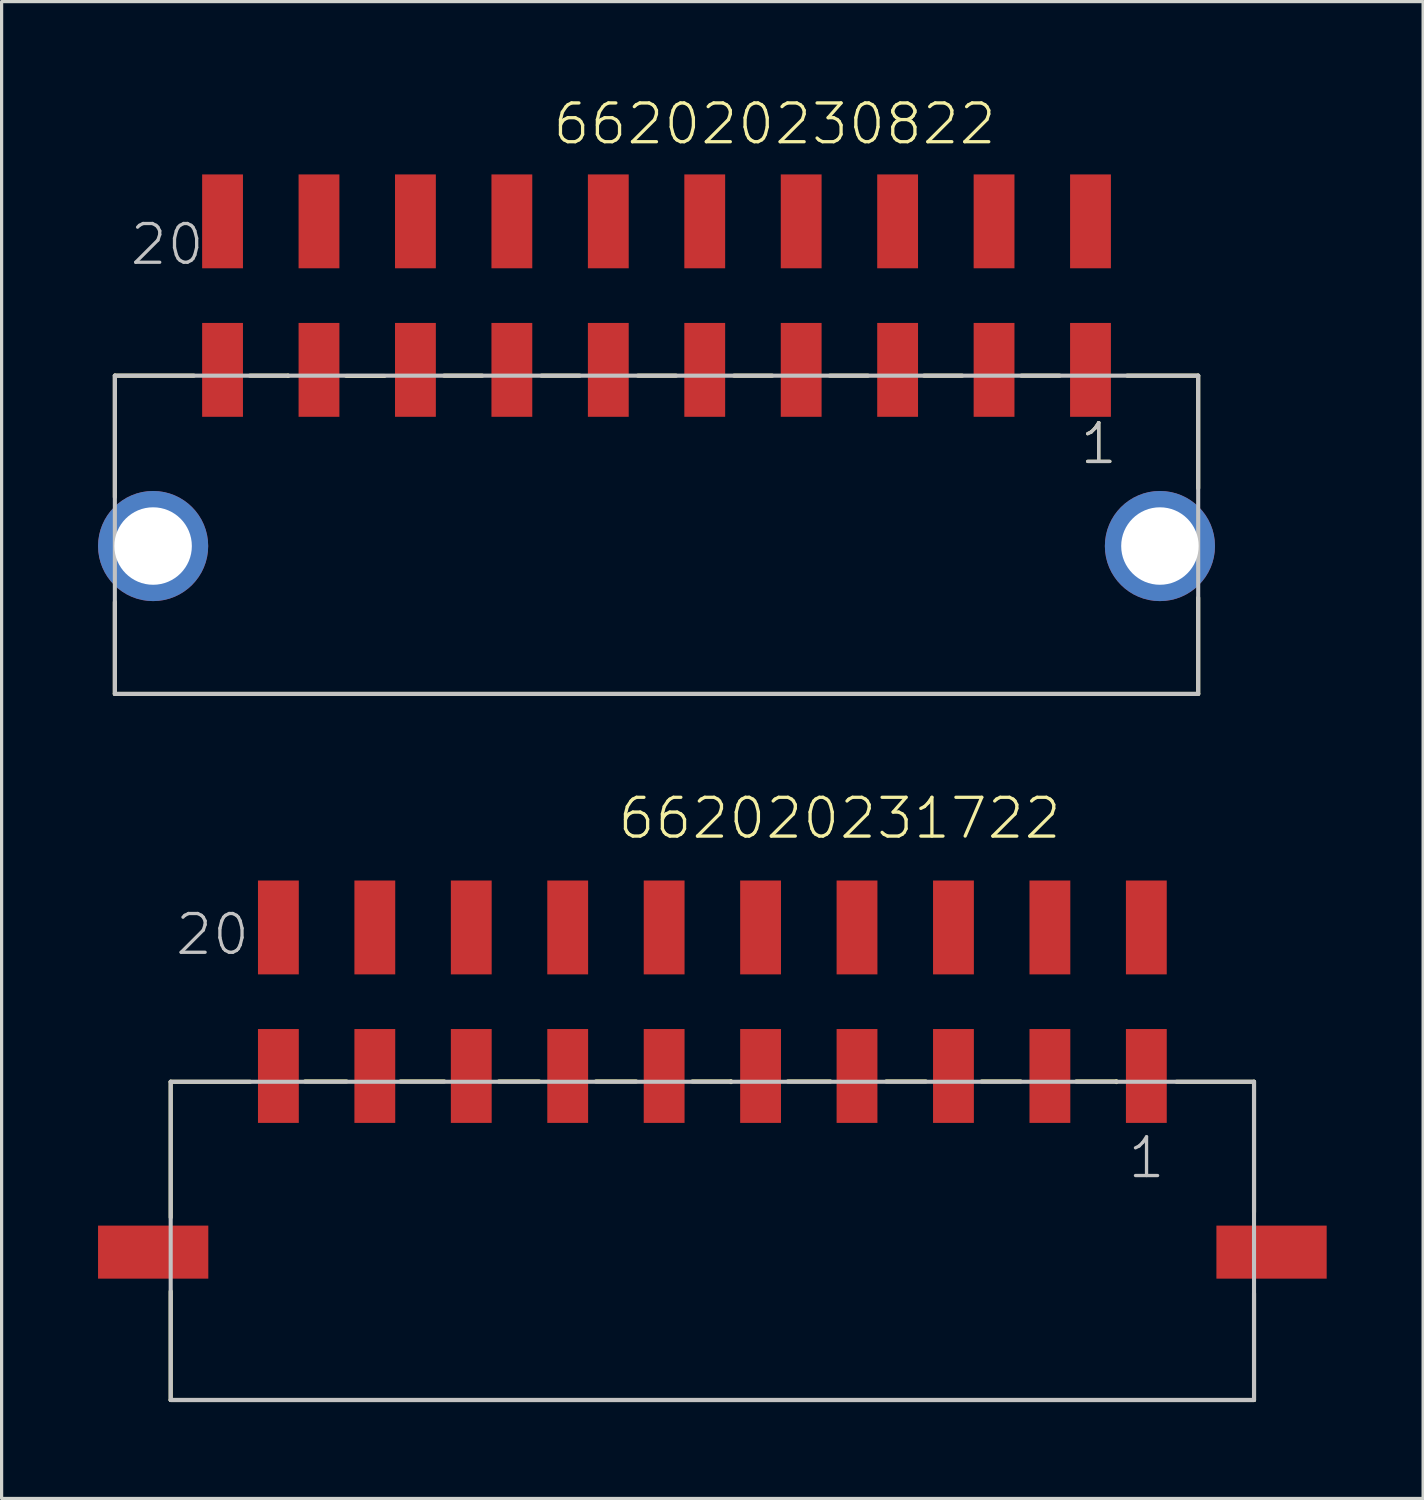
<source format=kicad_pcb>
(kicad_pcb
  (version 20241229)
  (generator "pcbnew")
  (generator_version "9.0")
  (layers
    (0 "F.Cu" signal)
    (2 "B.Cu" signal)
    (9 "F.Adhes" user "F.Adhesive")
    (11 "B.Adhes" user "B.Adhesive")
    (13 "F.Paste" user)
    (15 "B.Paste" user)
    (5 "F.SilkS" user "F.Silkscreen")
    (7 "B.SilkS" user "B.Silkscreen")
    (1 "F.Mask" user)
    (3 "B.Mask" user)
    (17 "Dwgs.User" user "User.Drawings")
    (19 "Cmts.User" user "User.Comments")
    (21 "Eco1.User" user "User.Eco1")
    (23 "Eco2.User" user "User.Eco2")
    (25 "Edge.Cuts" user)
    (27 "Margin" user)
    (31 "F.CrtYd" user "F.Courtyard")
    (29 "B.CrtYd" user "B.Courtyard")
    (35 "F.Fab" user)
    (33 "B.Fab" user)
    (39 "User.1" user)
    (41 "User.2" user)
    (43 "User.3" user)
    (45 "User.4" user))
  (footprint "662020231722"
    (layer "F.Cu")
    (at 19.11 35.901)
    (property "Reference" "662020231722" (at -3 -12.79 0) (layer "F.SilkS") (effects (font (size 1.206 1.206) (thickness 0.102)) (justify left bottom)))
    (attr through_hole)
    (fp_line (start -16.85 -5.3) (end -16.85 -1.08) (stroke (width 0.127) (type solid)) (layer "F.SilkS"))
    (fp_line (start -16.85 1.22) (end -16.85 4.6) (stroke (width 0.127) (type solid)) (layer "F.SilkS"))
    (fp_line (start -16.85 4.6) (end 16.85 4.6) (stroke (width 0.127) (type solid)) (layer "F.SilkS"))
    (fp_line (start -14.38 -5.3) (end -16.85 -5.3) (stroke (width 0.127) (type solid)) (layer "F.SilkS"))
    (fp_line (start -12.67 -5.31) (end -11.38 -5.31) (stroke (width 0.127) (type solid)) (layer "F.SilkS"))
    (fp_line (start -9.7 -5.31) (end -8.34 -5.31) (stroke (width 0.127) (type solid)) (layer "F.SilkS"))
    (fp_line (start -6.64 -5.31) (end -5.39 -5.31) (stroke (width 0.127) (type solid)) (layer "F.SilkS"))
    (fp_line (start -3.62 -5.31) (end -2.37 -5.31) (stroke (width 0.127) (type solid)) (layer "F.SilkS"))
    (fp_line (start -0.62 -5.31) (end 0.58 -5.31) (stroke (width 0.127) (type solid)) (layer "F.SilkS"))
    (fp_line (start 0.58 -5.31) (end 0.58 -5.29) (stroke (width 0.127) (type solid)) (layer "F.SilkS"))
    (fp_line (start 2.35 -5.31) (end 3.67 -5.31) (stroke (width 0.127) (type solid)) (layer "F.SilkS"))
    (fp_line (start 5.41 -5.31) (end 6.64 -5.31) (stroke (width 0.127) (type solid)) (layer "F.SilkS"))
    (fp_line (start 8.38 -5.31) (end 9.59 -5.31) (stroke (width 0.127) (type solid)) (layer "F.SilkS"))
    (fp_line (start 11.32 -5.31) (end 12.57 -5.31) (stroke (width 0.127) (type solid)) (layer "F.SilkS"))
    (fp_line (start 12.57 -5.31) (end 12.57 -5.29) (stroke (width 0.127) (type solid)) (layer "F.SilkS"))
    (fp_line (start 14.44 -5.3) (end 16.85 -5.3) (stroke (width 0.127) (type solid)) (layer "F.SilkS"))
    (fp_line (start 16.85 -5.3) (end 16.85 -1.24) (stroke (width 0.127) (type solid)) (layer "F.SilkS"))
    (fp_line (start 16.85 4.6) (end 16.85 1.28) (stroke (width 0.127) (type solid)) (layer "F.SilkS"))
    (fp_line (start -16.85 -5.3) (end 16.85 -5.3) (stroke (width 0.127) (type solid)) (layer "Dwgs.User"))
    (fp_line (start -16.85 4.6) (end -16.85 -5.3) (stroke (width 0.127) (type solid)) (layer "Dwgs.User"))
    (fp_line (start 16.85 -5.3) (end 16.85 4.6) (stroke (width 0.127) (type solid)) (layer "Dwgs.User"))
    (fp_line (start 16.85 4.6) (end -16.85 4.6) (stroke (width 0.127) (type solid)) (layer "Dwgs.User"))
    (fp_text user "1" (at 12.865 -2.23 0) (layer "Dwgs.User") (effects (font (size 1.206 1.206) (thickness 0.102)) (justify left bottom)))
    (fp_text user "20" (at -16.765 -9.175 0) (layer "Dwgs.User") (effects (font (size 1.206 1.206) (thickness 0.102)) (justify left bottom)))
    (pad "1" smd rect (at 13.5 -5.48 90) (size 2.92 1.27) (layers "F.Cu" "F.Mask" "F.Paste"))
    (pad "2" smd rect (at 10.5 -5.48 90) (size 2.92 1.27) (layers "F.Cu" "F.Mask" "F.Paste"))
    (pad "3" smd rect (at 7.5 -5.48 90) (size 2.92 1.27) (layers "F.Cu" "F.Mask" "F.Paste"))
    (pad "4" smd rect (at 4.5 -5.48 90) (size 2.92 1.27) (layers "F.Cu" "F.Mask" "F.Paste"))
    (pad "5" smd rect (at 1.5 -5.48 90) (size 2.92 1.27) (layers "F.Cu" "F.Mask" "F.Paste"))
    (pad "6" smd rect (at -1.5 -5.48 90) (size 2.92 1.27) (layers "F.Cu" "F.Mask" "F.Paste"))
    (pad "7" smd rect (at -4.5 -5.48 90) (size 2.92 1.27) (layers "F.Cu" "F.Mask" "F.Paste"))
    (pad "8" smd rect (at -7.5 -5.48 90) (size 2.92 1.27) (layers "F.Cu" "F.Mask" "F.Paste"))
    (pad "9" smd rect (at -10.5 -5.48 90) (size 2.92 1.27) (layers "F.Cu" "F.Mask" "F.Paste"))
    (pad "10" smd rect (at -13.5 -5.48 90) (size 2.92 1.27) (layers "F.Cu" "F.Mask" "F.Paste"))
    (pad "11" smd rect (at 13.5 -10.1 90) (size 2.92 1.27) (layers "F.Cu" "F.Mask" "F.Paste"))
    (pad "12" smd rect (at 10.5 -10.1 90) (size 2.92 1.27) (layers "F.Cu" "F.Mask" "F.Paste"))
    (pad "13" smd rect (at 7.5 -10.1 90) (size 2.92 1.27) (layers "F.Cu" "F.Mask" "F.Paste"))
    (pad "14" smd rect (at 4.5 -10.1 90) (size 2.92 1.27) (layers "F.Cu" "F.Mask" "F.Paste"))
    (pad "15" smd rect (at 1.5 -10.1 90) (size 2.92 1.27) (layers "F.Cu" "F.Mask" "F.Paste"))
    (pad "16" smd rect (at -1.5 -10.1 90) (size 2.92 1.27) (layers "F.Cu" "F.Mask" "F.Paste"))
    (pad "17" smd rect (at -4.5 -10.1 90) (size 2.92 1.27) (layers "F.Cu" "F.Mask" "F.Paste"))
    (pad "18" smd rect (at -7.5 -10.1 90) (size 2.92 1.27) (layers "F.Cu" "F.Mask" "F.Paste"))
    (pad "19" smd rect (at -10.5 -10.1 90) (size 2.92 1.27) (layers "F.Cu" "F.Mask" "F.Paste"))
    (pad "20" smd rect (at -13.5 -10.1 90) (size 2.92 1.27) (layers "F.Cu" "F.Mask" "F.Paste"))
    (pad "M1" smd rect (at 17.395 0) (size 3.43 1.65) (layers "F.Cu" "F.Mask" "F.Paste"))
    (pad "M2" smd rect (at -17.395 0) (size 3.43 1.65) (layers "F.Cu" "F.Mask" "F.Paste")))
  (footprint "662020230822"
    (layer "F.Cu")
    (at 17.373 13.936)
    (property "Reference" "662020230822" (at -3.285 -12.425 0) (layer "F.SilkS") (effects (font (size 1.206 1.206) (thickness 0.102)) (justify left bottom)))
    (attr through_hole)
    (fp_line (start -16.85 -5.3) (end -16.85 -1.52) (stroke (width 0.127) (type solid)) (layer "F.SilkS"))
    (fp_line (start -16.85 1.74) (end -16.85 4.6) (stroke (width 0.127) (type solid)) (layer "F.SilkS"))
    (fp_line (start -16.85 4.6) (end 16.85 4.6) (stroke (width 0.127) (type solid)) (layer "F.SilkS"))
    (fp_line (start -14.39 -5.3) (end -16.85 -5.3) (stroke (width 0.127) (type solid)) (layer "F.SilkS"))
    (fp_line (start -12.65 -5.3) (end -11.46 -5.3) (stroke (width 0.127) (type solid)) (layer "F.SilkS"))
    (fp_line (start -11.46 -5.3) (end -11.46 -5.29) (stroke (width 0.127) (type solid)) (layer "F.SilkS"))
    (fp_line (start -9.65 -5.29) (end -8.46 -5.29) (stroke (width 0.127) (type solid)) (layer "F.SilkS"))
    (fp_line (start -6.61 -5.3) (end -5.42 -5.3) (stroke (width 0.127) (type solid)) (layer "F.SilkS"))
    (fp_line (start -3.58 -5.3) (end -2.39 -5.3) (stroke (width 0.127) (type solid)) (layer "F.SilkS"))
    (fp_line (start -0.58 -5.3) (end 0.61 -5.3) (stroke (width 0.127) (type solid)) (layer "F.SilkS"))
    (fp_line (start 2.41 -5.3) (end 3.6 -5.3) (stroke (width 0.127) (type solid)) (layer "F.SilkS"))
    (fp_line (start 5.39 -5.3) (end 6.58 -5.3) (stroke (width 0.127) (type solid)) (layer "F.SilkS"))
    (fp_line (start 8.32 -5.3) (end 9.51 -5.3) (stroke (width 0.127) (type solid)) (layer "F.SilkS"))
    (fp_line (start 11.35 -5.3) (end 12.54 -5.3) (stroke (width 0.127) (type solid)) (layer "F.SilkS"))
    (fp_line (start 14.64 -5.3) (end 16.85 -5.3) (stroke (width 0.127) (type solid)) (layer "F.SilkS"))
    (fp_line (start 16.85 -5.3) (end 16.85 -1.8) (stroke (width 0.127) (type solid)) (layer "F.SilkS"))
    (fp_line (start 16.85 4.6) (end 16.85 1.61) (stroke (width 0.127) (type solid)) (layer "F.SilkS"))
    (fp_line (start -16.85 -5.3) (end 16.85 -5.3) (stroke (width 0.127) (type solid)) (layer "Dwgs.User"))
    (fp_line (start -16.85 4.6) (end -16.85 -5.3) (stroke (width 0.127) (type solid)) (layer "Dwgs.User"))
    (fp_line (start 16.85 -5.3) (end 16.85 4.6) (stroke (width 0.127) (type solid)) (layer "Dwgs.User"))
    (fp_line (start 16.85 4.6) (end -16.85 4.6) (stroke (width 0.127) (type solid)) (layer "Dwgs.User"))
    (fp_text user "1" (at 13.115 -2.48 0) (layer "F.SilkS") (effects (font (size 1.206 1.206) (thickness 0.102)) (justify left bottom)))
    (fp_text user "1" (at 13.115 -2.48 0) (layer "Dwgs.User") (effects (font (size 1.206 1.206) (thickness 0.102)) (justify left bottom)))
    (fp_text user "20" (at -16.44 -8.675 0) (layer "Dwgs.User") (effects (font (size 1.206 1.206) (thickness 0.102)) (justify left bottom)))
    (pad "1" smd rect (at 13.5 -5.48 90) (size 2.92 1.27) (layers "F.Cu" "F.Mask" "F.Paste"))
    (pad "2" smd rect (at 10.5 -5.48 90) (size 2.92 1.27) (layers "F.Cu" "F.Mask" "F.Paste"))
    (pad "3" smd rect (at 7.5 -5.48 90) (size 2.92 1.27) (layers "F.Cu" "F.Mask" "F.Paste"))
    (pad "4" smd rect (at 4.5 -5.48 90) (size 2.92 1.27) (layers "F.Cu" "F.Mask" "F.Paste"))
    (pad "5" smd rect (at 1.5 -5.48 90) (size 2.92 1.27) (layers "F.Cu" "F.Mask" "F.Paste"))
    (pad "6" smd rect (at -1.5 -5.48 90) (size 2.92 1.27) (layers "F.Cu" "F.Mask" "F.Paste"))
    (pad "7" smd rect (at -4.5 -5.48 90) (size 2.92 1.27) (layers "F.Cu" "F.Mask" "F.Paste"))
    (pad "8" smd rect (at -7.5 -5.48 90) (size 2.92 1.27) (layers "F.Cu" "F.Mask" "F.Paste"))
    (pad "9" smd rect (at -10.5 -5.48 90) (size 2.92 1.27) (layers "F.Cu" "F.Mask" "F.Paste"))
    (pad "10" smd rect (at -13.5 -5.48 90) (size 2.92 1.27) (layers "F.Cu" "F.Mask" "F.Paste"))
    (pad "11" smd rect (at 13.5 -10.1 90) (size 2.92 1.27) (layers "F.Cu" "F.Mask" "F.Paste"))
    (pad "12" smd rect (at 10.5 -10.1 90) (size 2.92 1.27) (layers "F.Cu" "F.Mask" "F.Paste"))
    (pad "13" smd rect (at 7.5 -10.1 90) (size 2.92 1.27) (layers "F.Cu" "F.Mask" "F.Paste"))
    (pad "14" smd rect (at 4.5 -10.1 90) (size 2.92 1.27) (layers "F.Cu" "F.Mask" "F.Paste"))
    (pad "15" smd rect (at 1.5 -10.1 90) (size 2.92 1.27) (layers "F.Cu" "F.Mask" "F.Paste"))
    (pad "16" smd rect (at -1.5 -10.1 90) (size 2.92 1.27) (layers "F.Cu" "F.Mask" "F.Paste"))
    (pad "17" smd rect (at -4.5 -10.1 90) (size 2.92 1.27) (layers "F.Cu" "F.Mask" "F.Paste"))
    (pad "18" smd rect (at -7.5 -10.1 90) (size 2.92 1.27) (layers "F.Cu" "F.Mask" "F.Paste"))
    (pad "19" smd rect (at -10.5 -10.1 90) (size 2.92 1.27) (layers "F.Cu" "F.Mask" "F.Paste"))
    (pad "20" smd rect (at -13.5 -10.1 90) (size 2.92 1.27) (layers "F.Cu" "F.Mask" "F.Paste"))
    (pad "Z1" thru_hole circle (at -15.66 0) (size 3.426 3.426) (drill 2.41) (layers "*.Cu" "*.Mask"))
    (pad "Z2" thru_hole circle (at 15.66 0) (size 3.426 3.426) (drill 2.41) (layers "*.Cu" "*.Mask")))
  (gr_rect
    (start -3 -3)
    (end 41.22 43.565)
    (stroke (width 0.1) (type default))
    (fill no)
    (layer "Edge.Cuts")))
</source>
